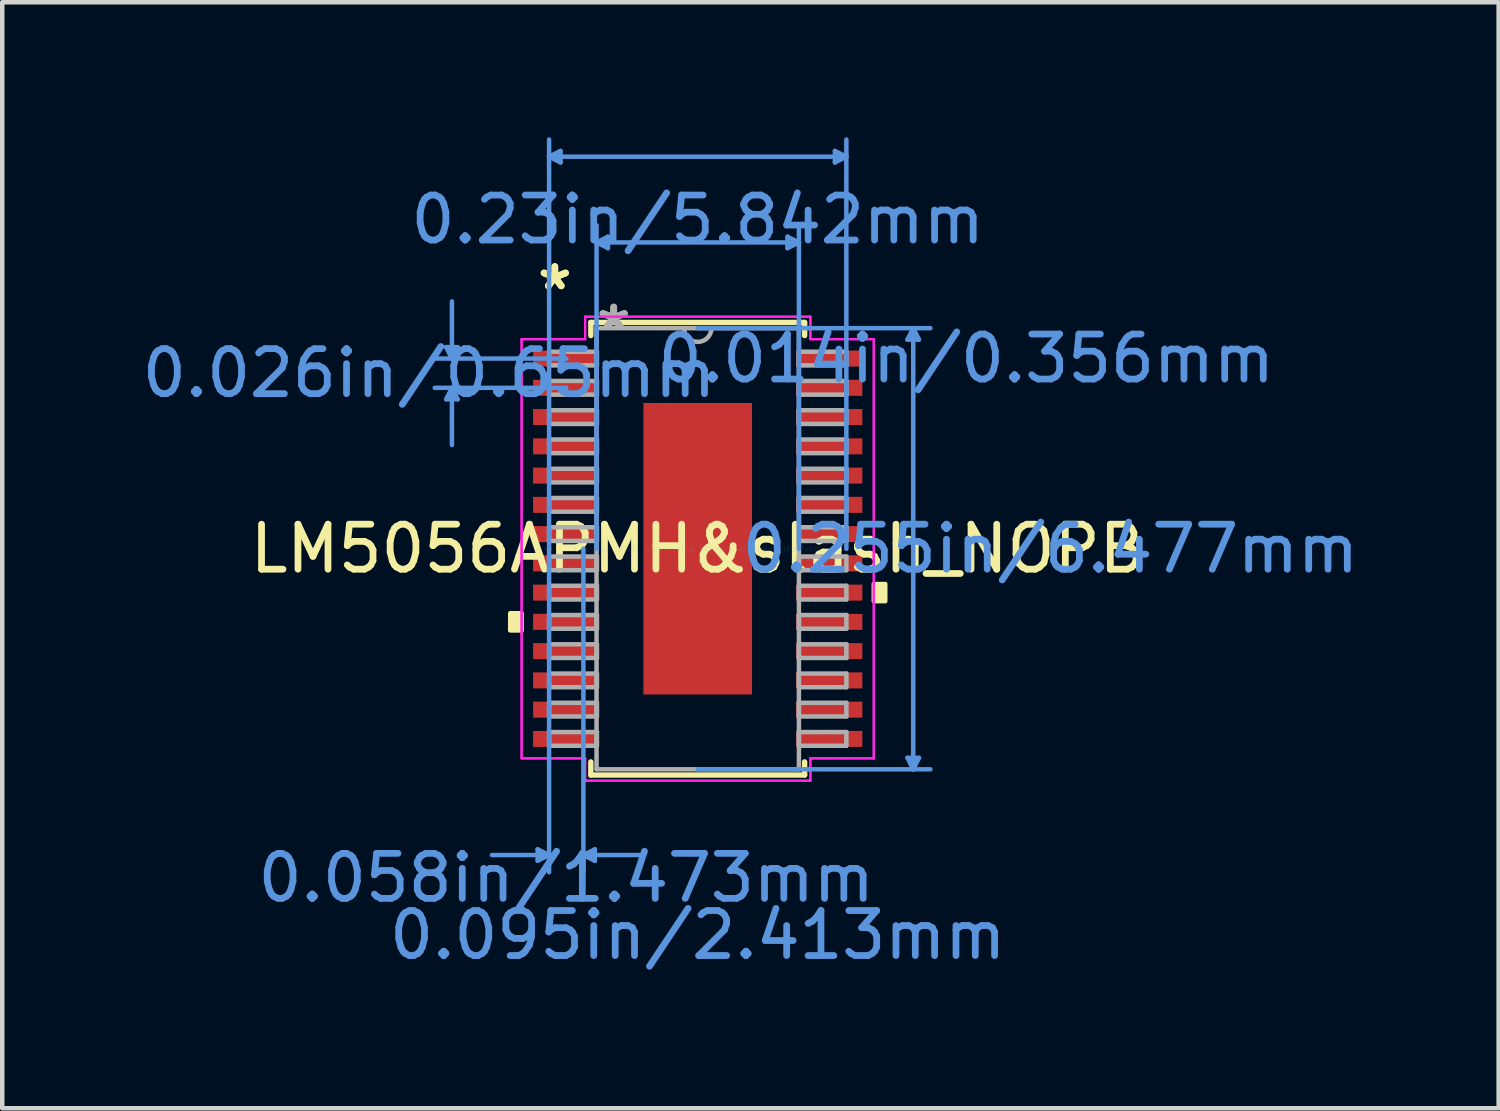
<source format=kicad_pcb>
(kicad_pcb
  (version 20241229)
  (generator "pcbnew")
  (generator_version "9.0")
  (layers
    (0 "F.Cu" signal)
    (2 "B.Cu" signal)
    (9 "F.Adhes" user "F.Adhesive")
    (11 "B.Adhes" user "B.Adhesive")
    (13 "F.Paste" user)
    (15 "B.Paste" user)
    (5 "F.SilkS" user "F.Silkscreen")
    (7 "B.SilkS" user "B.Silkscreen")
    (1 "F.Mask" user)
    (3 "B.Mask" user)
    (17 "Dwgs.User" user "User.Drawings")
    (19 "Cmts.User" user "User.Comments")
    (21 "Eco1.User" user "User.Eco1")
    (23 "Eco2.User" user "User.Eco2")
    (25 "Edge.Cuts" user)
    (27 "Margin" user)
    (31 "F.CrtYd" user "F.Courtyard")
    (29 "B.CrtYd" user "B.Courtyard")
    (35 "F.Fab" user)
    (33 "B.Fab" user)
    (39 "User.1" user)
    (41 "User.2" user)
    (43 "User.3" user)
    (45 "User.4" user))
  (footprint "LM5056APMH&slash_NOPB"
    (layer "F.Cu")
    (at 12.451 9.141)
    (property "Reference" "LM5056APMH&slash_NOPB" (at 0 0 0) (layer "F.SilkS") (effects (font (size 1 1) (thickness 0.15))))
    (attr through_hole)
    (fp_line (start -2.375 -5.027) (end -2.375 -4.736) (stroke (width 0.12) (type solid)) (layer "F.SilkS"))
    (fp_line (start -2.375 4.736) (end -2.375 5.027) (stroke (width 0.12) (type solid)) (layer "F.SilkS"))
    (fp_line (start -2.375 5.027) (end 2.375 5.027) (stroke (width 0.12) (type solid)) (layer "F.SilkS"))
    (fp_line (start 2.375 -5.027) (end -2.375 -5.027) (stroke (width 0.12) (type solid)) (layer "F.SilkS"))
    (fp_line (start 2.375 -4.736) (end 2.375 -5.027) (stroke (width 0.12) (type solid)) (layer "F.SilkS"))
    (fp_line (start 2.375 5.027) (end 2.375 4.736) (stroke (width 0.12) (type solid)) (layer "F.SilkS"))
    (fp_poly (pts (xy -4.166 1.434) (xy -4.166 1.815) (xy -3.912 1.815) (xy -3.912 1.434)) (stroke (width 0.1) (type solid)) (fill yes) (layer "F.SilkS"))
    (fp_poly (pts (xy 4.166 0.784) (xy 4.166 1.165) (xy 3.912 1.165) (xy 3.912 0.784)) (stroke (width 0.1) (type solid)) (fill yes) (layer "F.SilkS"))
    (fp_poly (pts (xy -1.107 -3.139) (xy -1.107 -2.043) (xy 1.107 -2.043) (xy 1.107 -3.139)) (stroke (width 0.1) (type solid)) (fill yes) (layer "F.Paste"))
    (fp_poly (pts (xy -1.107 -1.843) (xy -1.107 -0.748) (xy 1.107 -0.748) (xy 1.107 -1.843)) (stroke (width 0.1) (type solid)) (fill yes) (layer "F.Paste"))
    (fp_poly (pts (xy -1.107 -0.548) (xy -1.107 0.548) (xy 1.107 0.548) (xy 1.107 -0.548)) (stroke (width 0.1) (type solid)) (fill yes) (layer "F.Paste"))
    (fp_poly (pts (xy -1.107 0.748) (xy -1.107 1.843) (xy 1.107 1.843) (xy 1.107 0.748)) (stroke (width 0.1) (type solid)) (fill yes) (layer "F.Paste"))
    (fp_poly (pts (xy -1.107 2.043) (xy -1.107 3.139) (xy 1.107 3.139) (xy 1.107 2.043)) (stroke (width 0.1) (type solid)) (fill yes) (layer "F.Paste"))
    (fp_line (start -5.588 -4.479) (end -5.334 -4.479) (stroke (width 0.1) (type solid)) (layer "Cmts.User"))
    (fp_line (start -5.588 -3.321) (end -5.334 -3.321) (stroke (width 0.1) (type solid)) (layer "Cmts.User"))
    (fp_line (start -5.461 -4.225) (end -5.588 -4.479) (stroke (width 0.1) (type solid)) (layer "Cmts.User"))
    (fp_line (start -5.461 -4.225) (end -5.461 -5.495) (stroke (width 0.1) (type solid)) (layer "Cmts.User"))
    (fp_line (start -5.461 -4.225) (end -5.334 -4.479) (stroke (width 0.1) (type solid)) (layer "Cmts.User"))
    (fp_line (start -5.461 -3.575) (end -5.588 -3.321) (stroke (width 0.1) (type solid)) (layer "Cmts.User"))
    (fp_line (start -5.461 -3.575) (end -5.461 -2.305) (stroke (width 0.1) (type solid)) (layer "Cmts.User"))
    (fp_line (start -5.461 -3.575) (end -5.334 -3.321) (stroke (width 0.1) (type solid)) (layer "Cmts.User"))
    (fp_line (start -3.556 6.678) (end -3.556 6.932) (stroke (width 0.1) (type solid)) (layer "Cmts.User"))
    (fp_line (start -3.302 -8.71) (end -3.048 -8.837) (stroke (width 0.1) (type solid)) (layer "Cmts.User"))
    (fp_line (start -3.302 -8.71) (end -3.048 -8.583) (stroke (width 0.1) (type solid)) (layer "Cmts.User"))
    (fp_line (start -3.302 -8.71) (end 3.302 -8.71) (stroke (width 0.1) (type solid)) (layer "Cmts.User"))
    (fp_line (start -3.302 0) (end -3.302 -9.091) (stroke (width 0.1) (type solid)) (layer "Cmts.User"))
    (fp_line (start -3.302 0) (end -3.302 7.186) (stroke (width 0.1) (type solid)) (layer "Cmts.User"))
    (fp_line (start -3.302 6.805) (end -4.572 6.805) (stroke (width 0.1) (type solid)) (layer "Cmts.User"))
    (fp_line (start -3.302 6.805) (end -3.556 6.678) (stroke (width 0.1) (type solid)) (layer "Cmts.User"))
    (fp_line (start -3.302 6.805) (end -3.556 6.932) (stroke (width 0.1) (type solid)) (layer "Cmts.User"))
    (fp_line (start -3.048 -8.837) (end -3.048 -8.583) (stroke (width 0.1) (type solid)) (layer "Cmts.User"))
    (fp_line (start -2.921 -4.225) (end -5.842 -4.225) (stroke (width 0.1) (type solid)) (layer "Cmts.User"))
    (fp_line (start -2.921 -3.575) (end -5.842 -3.575) (stroke (width 0.1) (type solid)) (layer "Cmts.User"))
    (fp_line (start -2.54 0) (end -2.54 7.186) (stroke (width 0.1) (type solid)) (layer "Cmts.User"))
    (fp_line (start -2.54 6.805) (end -2.286 6.678) (stroke (width 0.1) (type solid)) (layer "Cmts.User"))
    (fp_line (start -2.54 6.805) (end -2.286 6.932) (stroke (width 0.1) (type solid)) (layer "Cmts.User"))
    (fp_line (start -2.54 6.805) (end -1.27 6.805) (stroke (width 0.1) (type solid)) (layer "Cmts.User"))
    (fp_line (start -2.286 6.678) (end -2.286 6.932) (stroke (width 0.1) (type solid)) (layer "Cmts.User"))
    (fp_line (start -2.248 -6.805) (end -1.994 -6.932) (stroke (width 0.1) (type solid)) (layer "Cmts.User"))
    (fp_line (start -2.248 -6.805) (end -1.994 -6.678) (stroke (width 0.1) (type solid)) (layer "Cmts.User"))
    (fp_line (start -2.248 -6.805) (end 2.248 -6.805) (stroke (width 0.1) (type solid)) (layer "Cmts.User"))
    (fp_line (start -2.248 0) (end -2.248 -7.186) (stroke (width 0.1) (type solid)) (layer "Cmts.User"))
    (fp_line (start -1.994 -6.932) (end -1.994 -6.678) (stroke (width 0.1) (type solid)) (layer "Cmts.User"))
    (fp_line (start 0 -4.9) (end 5.169 -4.9) (stroke (width 0.1) (type solid)) (layer "Cmts.User"))
    (fp_line (start 0 4.9) (end 5.169 4.9) (stroke (width 0.1) (type solid)) (layer "Cmts.User"))
    (fp_line (start 1.994 -6.932) (end 1.994 -6.678) (stroke (width 0.1) (type solid)) (layer "Cmts.User"))
    (fp_line (start 2.248 -6.805) (end 1.994 -6.932) (stroke (width 0.1) (type solid)) (layer "Cmts.User"))
    (fp_line (start 2.248 -6.805) (end 1.994 -6.678) (stroke (width 0.1) (type solid)) (layer "Cmts.User"))
    (fp_line (start 2.248 0) (end 2.248 -7.186) (stroke (width 0.1) (type solid)) (layer "Cmts.User"))
    (fp_line (start 3.048 -8.837) (end 3.048 -8.583) (stroke (width 0.1) (type solid)) (layer "Cmts.User"))
    (fp_line (start 3.302 -8.71) (end 3.048 -8.837) (stroke (width 0.1) (type solid)) (layer "Cmts.User"))
    (fp_line (start 3.302 -8.71) (end 3.048 -8.583) (stroke (width 0.1) (type solid)) (layer "Cmts.User"))
    (fp_line (start 3.302 0) (end 3.302 -9.091) (stroke (width 0.1) (type solid)) (layer "Cmts.User"))
    (fp_line (start 4.661 -4.646) (end 4.915 -4.646) (stroke (width 0.1) (type solid)) (layer "Cmts.User"))
    (fp_line (start 4.661 4.646) (end 4.915 4.646) (stroke (width 0.1) (type solid)) (layer "Cmts.User"))
    (fp_line (start 4.788 -4.9) (end 4.661 -4.646) (stroke (width 0.1) (type solid)) (layer "Cmts.User"))
    (fp_line (start 4.788 -4.9) (end 4.788 4.9) (stroke (width 0.1) (type solid)) (layer "Cmts.User"))
    (fp_line (start 4.788 -4.9) (end 4.915 -4.646) (stroke (width 0.1) (type solid)) (layer "Cmts.User"))
    (fp_line (start 4.788 4.9) (end 4.661 4.646) (stroke (width 0.1) (type solid)) (layer "Cmts.User"))
    (fp_line (start 4.788 4.9) (end 4.915 4.646) (stroke (width 0.1) (type solid)) (layer "Cmts.User"))
    (fp_line (start -3.912 -4.657) (end -2.502 -4.657) (stroke (width 0.05) (type solid)) (layer "F.CrtYd"))
    (fp_line (start -3.912 -4.657) (end -2.502 -4.657) (stroke (width 0.05) (type solid)) (layer "F.CrtYd"))
    (fp_line (start -3.912 4.657) (end -3.912 -4.657) (stroke (width 0.05) (type solid)) (layer "F.CrtYd"))
    (fp_line (start -3.912 4.657) (end -3.912 -4.657) (stroke (width 0.05) (type solid)) (layer "F.CrtYd"))
    (fp_line (start -3.912 4.657) (end -2.502 4.657) (stroke (width 0.05) (type solid)) (layer "F.CrtYd"))
    (fp_line (start -2.502 -5.154) (end 2.502 -5.154) (stroke (width 0.05) (type solid)) (layer "F.CrtYd"))
    (fp_line (start -2.502 -5.154) (end 2.502 -5.154) (stroke (width 0.05) (type solid)) (layer "F.CrtYd"))
    (fp_line (start -2.502 -4.657) (end -2.502 -5.154) (stroke (width 0.05) (type solid)) (layer "F.CrtYd"))
    (fp_line (start -2.502 -4.657) (end -2.502 -5.154) (stroke (width 0.05) (type solid)) (layer "F.CrtYd"))
    (fp_line (start -2.502 4.657) (end -3.912 4.657) (stroke (width 0.05) (type solid)) (layer "F.CrtYd"))
    (fp_line (start -2.502 5.154) (end -2.502 4.657) (stroke (width 0.05) (type solid)) (layer "F.CrtYd"))
    (fp_line (start -2.502 5.154) (end -2.502 4.657) (stroke (width 0.05) (type solid)) (layer "F.CrtYd"))
    (fp_line (start 2.502 -5.154) (end 2.502 -4.657) (stroke (width 0.05) (type solid)) (layer "F.CrtYd"))
    (fp_line (start 2.502 -5.154) (end 2.502 -4.657) (stroke (width 0.05) (type solid)) (layer "F.CrtYd"))
    (fp_line (start 2.502 -4.657) (end 3.912 -4.657) (stroke (width 0.05) (type solid)) (layer "F.CrtYd"))
    (fp_line (start 2.502 4.657) (end 2.502 5.154) (stroke (width 0.05) (type solid)) (layer "F.CrtYd"))
    (fp_line (start 2.502 4.657) (end 2.502 5.154) (stroke (width 0.05) (type solid)) (layer "F.CrtYd"))
    (fp_line (start 2.502 5.154) (end -2.502 5.154) (stroke (width 0.05) (type solid)) (layer "F.CrtYd"))
    (fp_line (start 2.502 5.154) (end -2.502 5.154) (stroke (width 0.05) (type solid)) (layer "F.CrtYd"))
    (fp_line (start 3.912 -4.657) (end 2.502 -4.657) (stroke (width 0.05) (type solid)) (layer "F.CrtYd"))
    (fp_line (start 3.912 -4.657) (end 3.912 4.657) (stroke (width 0.05) (type solid)) (layer "F.CrtYd"))
    (fp_line (start 3.912 -4.657) (end 3.912 4.657) (stroke (width 0.05) (type solid)) (layer "F.CrtYd"))
    (fp_line (start 3.912 4.657) (end 2.502 4.657) (stroke (width 0.05) (type solid)) (layer "F.CrtYd"))
    (fp_line (start 3.912 4.657) (end 2.502 4.657) (stroke (width 0.05) (type solid)) (layer "F.CrtYd"))
    (fp_line (start -3.302 -4.377) (end -3.302 -4.073) (stroke (width 0.1) (type solid)) (layer "F.Fab"))
    (fp_line (start -3.302 -4.073) (end -2.248 -4.073) (stroke (width 0.1) (type solid)) (layer "F.Fab"))
    (fp_line (start -3.302 -3.727) (end -3.302 -3.423) (stroke (width 0.1) (type solid)) (layer "F.Fab"))
    (fp_line (start -3.302 -3.423) (end -2.248 -3.423) (stroke (width 0.1) (type solid)) (layer "F.Fab"))
    (fp_line (start -3.302 -3.077) (end -3.302 -2.773) (stroke (width 0.1) (type solid)) (layer "F.Fab"))
    (fp_line (start -3.302 -2.773) (end -2.248 -2.773) (stroke (width 0.1) (type solid)) (layer "F.Fab"))
    (fp_line (start -3.302 -2.427) (end -3.302 -2.123) (stroke (width 0.1) (type solid)) (layer "F.Fab"))
    (fp_line (start -3.302 -2.123) (end -2.248 -2.123) (stroke (width 0.1) (type solid)) (layer "F.Fab"))
    (fp_line (start -3.302 -1.777) (end -3.302 -1.473) (stroke (width 0.1) (type solid)) (layer "F.Fab"))
    (fp_line (start -3.302 -1.473) (end -2.248 -1.473) (stroke (width 0.1) (type solid)) (layer "F.Fab"))
    (fp_line (start -3.302 -1.127) (end -3.302 -0.823) (stroke (width 0.1) (type solid)) (layer "F.Fab"))
    (fp_line (start -3.302 -0.823) (end -2.248 -0.823) (stroke (width 0.1) (type solid)) (layer "F.Fab"))
    (fp_line (start -3.302 -0.477) (end -3.302 -0.173) (stroke (width 0.1) (type solid)) (layer "F.Fab"))
    (fp_line (start -3.302 -0.173) (end -2.248 -0.173) (stroke (width 0.1) (type solid)) (layer "F.Fab"))
    (fp_line (start -3.302 0.173) (end -3.302 0.477) (stroke (width 0.1) (type solid)) (layer "F.Fab"))
    (fp_line (start -3.302 0.477) (end -2.248 0.477) (stroke (width 0.1) (type solid)) (layer "F.Fab"))
    (fp_line (start -3.302 0.823) (end -3.302 1.127) (stroke (width 0.1) (type solid)) (layer "F.Fab"))
    (fp_line (start -3.302 1.127) (end -2.248 1.127) (stroke (width 0.1) (type solid)) (layer "F.Fab"))
    (fp_line (start -3.302 1.473) (end -3.302 1.777) (stroke (width 0.1) (type solid)) (layer "F.Fab"))
    (fp_line (start -3.302 1.777) (end -2.248 1.777) (stroke (width 0.1) (type solid)) (layer "F.Fab"))
    (fp_line (start -3.302 2.123) (end -3.302 2.427) (stroke (width 0.1) (type solid)) (layer "F.Fab"))
    (fp_line (start -3.302 2.427) (end -2.248 2.427) (stroke (width 0.1) (type solid)) (layer "F.Fab"))
    (fp_line (start -3.302 2.773) (end -3.302 3.077) (stroke (width 0.1) (type solid)) (layer "F.Fab"))
    (fp_line (start -3.302 3.077) (end -2.248 3.077) (stroke (width 0.1) (type solid)) (layer "F.Fab"))
    (fp_line (start -3.302 3.423) (end -3.302 3.727) (stroke (width 0.1) (type solid)) (layer "F.Fab"))
    (fp_line (start -3.302 3.727) (end -2.248 3.727) (stroke (width 0.1) (type solid)) (layer "F.Fab"))
    (fp_line (start -3.302 4.073) (end -3.302 4.377) (stroke (width 0.1) (type solid)) (layer "F.Fab"))
    (fp_line (start -3.302 4.377) (end -2.248 4.377) (stroke (width 0.1) (type solid)) (layer "F.Fab"))
    (fp_line (start -2.248 -4.9) (end -2.248 4.9) (stroke (width 0.1) (type solid)) (layer "F.Fab"))
    (fp_line (start -2.248 -4.377) (end -3.302 -4.377) (stroke (width 0.1) (type solid)) (layer "F.Fab"))
    (fp_line (start -2.248 -4.073) (end -2.248 -4.377) (stroke (width 0.1) (type solid)) (layer "F.Fab"))
    (fp_line (start -2.248 -3.727) (end -3.302 -3.727) (stroke (width 0.1) (type solid)) (layer "F.Fab"))
    (fp_line (start -2.248 -3.423) (end -2.248 -3.727) (stroke (width 0.1) (type solid)) (layer "F.Fab"))
    (fp_line (start -2.248 -3.077) (end -3.302 -3.077) (stroke (width 0.1) (type solid)) (layer "F.Fab"))
    (fp_line (start -2.248 -2.773) (end -2.248 -3.077) (stroke (width 0.1) (type solid)) (layer "F.Fab"))
    (fp_line (start -2.248 -2.427) (end -3.302 -2.427) (stroke (width 0.1) (type solid)) (layer "F.Fab"))
    (fp_line (start -2.248 -2.123) (end -2.248 -2.427) (stroke (width 0.1) (type solid)) (layer "F.Fab"))
    (fp_line (start -2.248 -1.777) (end -3.302 -1.777) (stroke (width 0.1) (type solid)) (layer "F.Fab"))
    (fp_line (start -2.248 -1.473) (end -2.248 -1.777) (stroke (width 0.1) (type solid)) (layer "F.Fab"))
    (fp_line (start -2.248 -1.127) (end -3.302 -1.127) (stroke (width 0.1) (type solid)) (layer "F.Fab"))
    (fp_line (start -2.248 -0.823) (end -2.248 -1.127) (stroke (width 0.1) (type solid)) (layer "F.Fab"))
    (fp_line (start -2.248 -0.477) (end -3.302 -0.477) (stroke (width 0.1) (type solid)) (layer "F.Fab"))
    (fp_line (start -2.248 -0.173) (end -2.248 -0.477) (stroke (width 0.1) (type solid)) (layer "F.Fab"))
    (fp_line (start -2.248 0.173) (end -3.302 0.173) (stroke (width 0.1) (type solid)) (layer "F.Fab"))
    (fp_line (start -2.248 0.477) (end -2.248 0.173) (stroke (width 0.1) (type solid)) (layer "F.Fab"))
    (fp_line (start -2.248 0.823) (end -3.302 0.823) (stroke (width 0.1) (type solid)) (layer "F.Fab"))
    (fp_line (start -2.248 1.127) (end -2.248 0.823) (stroke (width 0.1) (type solid)) (layer "F.Fab"))
    (fp_line (start -2.248 1.473) (end -3.302 1.473) (stroke (width 0.1) (type solid)) (layer "F.Fab"))
    (fp_line (start -2.248 1.777) (end -2.248 1.473) (stroke (width 0.1) (type solid)) (layer "F.Fab"))
    (fp_line (start -2.248 2.123) (end -3.302 2.123) (stroke (width 0.1) (type solid)) (layer "F.Fab"))
    (fp_line (start -2.248 2.427) (end -2.248 2.123) (stroke (width 0.1) (type solid)) (layer "F.Fab"))
    (fp_line (start -2.248 2.773) (end -3.302 2.773) (stroke (width 0.1) (type solid)) (layer "F.Fab"))
    (fp_line (start -2.248 3.077) (end -2.248 2.773) (stroke (width 0.1) (type solid)) (layer "F.Fab"))
    (fp_line (start -2.248 3.423) (end -3.302 3.423) (stroke (width 0.1) (type solid)) (layer "F.Fab"))
    (fp_line (start -2.248 3.727) (end -2.248 3.423) (stroke (width 0.1) (type solid)) (layer "F.Fab"))
    (fp_line (start -2.248 4.073) (end -3.302 4.073) (stroke (width 0.1) (type solid)) (layer "F.Fab"))
    (fp_line (start -2.248 4.377) (end -2.248 4.073) (stroke (width 0.1) (type solid)) (layer "F.Fab"))
    (fp_line (start -2.248 4.9) (end 2.248 4.9) (stroke (width 0.1) (type solid)) (layer "F.Fab"))
    (fp_line (start 2.248 -4.9) (end -2.248 -4.9) (stroke (width 0.1) (type solid)) (layer "F.Fab"))
    (fp_line (start 2.248 -4.377) (end 2.248 -4.073) (stroke (width 0.1) (type solid)) (layer "F.Fab"))
    (fp_line (start 2.248 -4.073) (end 3.302 -4.073) (stroke (width 0.1) (type solid)) (layer "F.Fab"))
    (fp_line (start 2.248 -3.727) (end 2.248 -3.423) (stroke (width 0.1) (type solid)) (layer "F.Fab"))
    (fp_line (start 2.248 -3.423) (end 3.302 -3.423) (stroke (width 0.1) (type solid)) (layer "F.Fab"))
    (fp_line (start 2.248 -3.077) (end 2.248 -2.773) (stroke (width 0.1) (type solid)) (layer "F.Fab"))
    (fp_line (start 2.248 -2.773) (end 3.302 -2.773) (stroke (width 0.1) (type solid)) (layer "F.Fab"))
    (fp_line (start 2.248 -2.427) (end 2.248 -2.123) (stroke (width 0.1) (type solid)) (layer "F.Fab"))
    (fp_line (start 2.248 -2.123) (end 3.302 -2.123) (stroke (width 0.1) (type solid)) (layer "F.Fab"))
    (fp_line (start 2.248 -1.777) (end 2.248 -1.473) (stroke (width 0.1) (type solid)) (layer "F.Fab"))
    (fp_line (start 2.248 -1.473) (end 3.302 -1.473) (stroke (width 0.1) (type solid)) (layer "F.Fab"))
    (fp_line (start 2.248 -1.127) (end 2.248 -0.823) (stroke (width 0.1) (type solid)) (layer "F.Fab"))
    (fp_line (start 2.248 -0.823) (end 3.302 -0.823) (stroke (width 0.1) (type solid)) (layer "F.Fab"))
    (fp_line (start 2.248 -0.477) (end 2.248 -0.173) (stroke (width 0.1) (type solid)) (layer "F.Fab"))
    (fp_line (start 2.248 -0.173) (end 3.302 -0.173) (stroke (width 0.1) (type solid)) (layer "F.Fab"))
    (fp_line (start 2.248 0.173) (end 2.248 0.477) (stroke (width 0.1) (type solid)) (layer "F.Fab"))
    (fp_line (start 2.248 0.477) (end 3.302 0.477) (stroke (width 0.1) (type solid)) (layer "F.Fab"))
    (fp_line (start 2.248 0.823) (end 2.248 1.127) (stroke (width 0.1) (type solid)) (layer "F.Fab"))
    (fp_line (start 2.248 1.127) (end 3.302 1.127) (stroke (width 0.1) (type solid)) (layer "F.Fab"))
    (fp_line (start 2.248 1.473) (end 2.248 1.777) (stroke (width 0.1) (type solid)) (layer "F.Fab"))
    (fp_line (start 2.248 1.777) (end 3.302 1.777) (stroke (width 0.1) (type solid)) (layer "F.Fab"))
    (fp_line (start 2.248 2.123) (end 2.248 2.427) (stroke (width 0.1) (type solid)) (layer "F.Fab"))
    (fp_line (start 2.248 2.427) (end 3.302 2.427) (stroke (width 0.1) (type solid)) (layer "F.Fab"))
    (fp_line (start 2.248 2.773) (end 2.248 3.077) (stroke (width 0.1) (type solid)) (layer "F.Fab"))
    (fp_line (start 2.248 3.077) (end 3.302 3.077) (stroke (width 0.1) (type solid)) (layer "F.Fab"))
    (fp_line (start 2.248 3.423) (end 2.248 3.727) (stroke (width 0.1) (type solid)) (layer "F.Fab"))
    (fp_line (start 2.248 3.727) (end 3.302 3.727) (stroke (width 0.1) (type solid)) (layer "F.Fab"))
    (fp_line (start 2.248 4.073) (end 2.248 4.377) (stroke (width 0.1) (type solid)) (layer "F.Fab"))
    (fp_line (start 2.248 4.377) (end 3.302 4.377) (stroke (width 0.1) (type solid)) (layer "F.Fab"))
    (fp_line (start 2.248 4.9) (end 2.248 -4.9) (stroke (width 0.1) (type solid)) (layer "F.Fab"))
    (fp_line (start 3.302 -4.377) (end 2.248 -4.377) (stroke (width 0.1) (type solid)) (layer "F.Fab"))
    (fp_line (start 3.302 -4.073) (end 3.302 -4.377) (stroke (width 0.1) (type solid)) (layer "F.Fab"))
    (fp_line (start 3.302 -3.727) (end 2.248 -3.727) (stroke (width 0.1) (type solid)) (layer "F.Fab"))
    (fp_line (start 3.302 -3.423) (end 3.302 -3.727) (stroke (width 0.1) (type solid)) (layer "F.Fab"))
    (fp_line (start 3.302 -3.077) (end 2.248 -3.077) (stroke (width 0.1) (type solid)) (layer "F.Fab"))
    (fp_line (start 3.302 -2.773) (end 3.302 -3.077) (stroke (width 0.1) (type solid)) (layer "F.Fab"))
    (fp_line (start 3.302 -2.427) (end 2.248 -2.427) (stroke (width 0.1) (type solid)) (layer "F.Fab"))
    (fp_line (start 3.302 -2.123) (end 3.302 -2.427) (stroke (width 0.1) (type solid)) (layer "F.Fab"))
    (fp_line (start 3.302 -1.777) (end 2.248 -1.777) (stroke (width 0.1) (type solid)) (layer "F.Fab"))
    (fp_line (start 3.302 -1.473) (end 3.302 -1.777) (stroke (width 0.1) (type solid)) (layer "F.Fab"))
    (fp_line (start 3.302 -1.127) (end 2.248 -1.127) (stroke (width 0.1) (type solid)) (layer "F.Fab"))
    (fp_line (start 3.302 -0.823) (end 3.302 -1.127) (stroke (width 0.1) (type solid)) (layer "F.Fab"))
    (fp_line (start 3.302 -0.477) (end 2.248 -0.477) (stroke (width 0.1) (type solid)) (layer "F.Fab"))
    (fp_line (start 3.302 -0.173) (end 3.302 -0.477) (stroke (width 0.1) (type solid)) (layer "F.Fab"))
    (fp_line (start 3.302 0.173) (end 2.248 0.173) (stroke (width 0.1) (type solid)) (layer "F.Fab"))
    (fp_line (start 3.302 0.477) (end 3.302 0.173) (stroke (width 0.1) (type solid)) (layer "F.Fab"))
    (fp_line (start 3.302 0.823) (end 2.248 0.823) (stroke (width 0.1) (type solid)) (layer "F.Fab"))
    (fp_line (start 3.302 1.127) (end 3.302 0.823) (stroke (width 0.1) (type solid)) (layer "F.Fab"))
    (fp_line (start 3.302 1.473) (end 2.248 1.473) (stroke (width 0.1) (type solid)) (layer "F.Fab"))
    (fp_line (start 3.302 1.777) (end 3.302 1.473) (stroke (width 0.1) (type solid)) (layer "F.Fab"))
    (fp_line (start 3.302 2.123) (end 2.248 2.123) (stroke (width 0.1) (type solid)) (layer "F.Fab"))
    (fp_line (start 3.302 2.427) (end 3.302 2.123) (stroke (width 0.1) (type solid)) (layer "F.Fab"))
    (fp_line (start 3.302 2.773) (end 2.248 2.773) (stroke (width 0.1) (type solid)) (layer "F.Fab"))
    (fp_line (start 3.302 3.077) (end 3.302 2.773) (stroke (width 0.1) (type solid)) (layer "F.Fab"))
    (fp_line (start 3.302 3.423) (end 2.248 3.423) (stroke (width 0.1) (type solid)) (layer "F.Fab"))
    (fp_line (start 3.302 3.727) (end 3.302 3.423) (stroke (width 0.1) (type solid)) (layer "F.Fab"))
    (fp_line (start 3.302 4.073) (end 2.248 4.073) (stroke (width 0.1) (type solid)) (layer "F.Fab"))
    (fp_line (start 3.302 4.377) (end 3.302 4.073) (stroke (width 0.1) (type solid)) (layer "F.Fab"))
    (fp_arc (start 0.3048 -4.900002) (mid 0.000001 -4.595201) (end -0.3048 -4.9) (stroke (width 0.1) (type solid)) (layer "F.Fab"))
    (fp_text user "*" (at -3.175 -5.724 0) (layer "F.SilkS") (effects (font (size 1 1) (thickness 0.15))))
    (fp_text user "*" (at -3.175 -5.724 0) (layer "F.SilkS") (effects (font (size 1 1) (thickness 0.15))))
    (fp_text user "0.058in/1.473mm" (at -2.921 7.313 0) (layer "Cmts.User") (effects (font (size 1 1) (thickness 0.15))))
    (fp_text user "Copyright 2021 Accelerated Designs. All rights reserved." (at 0 0 0) (layer "Cmts.User") (effects (font (size 0.127 0.127) (thickness 0.002))))
    (fp_text user "0.014in/0.356mm" (at 5.969 -4.225 0) (layer "Cmts.User") (effects (font (size 1 1) (thickness 0.15))))
    (fp_text user "0.23in/5.842mm" (at 0 -7.313 0) (layer "Cmts.User") (effects (font (size 1 1) (thickness 0.15))))
    (fp_text user "0.026in/0.65mm" (at -5.969 -3.9 0) (layer "Cmts.User") (effects (font (size 1 1) (thickness 0.15))))
    (fp_text user "0.095in/2.413mm" (at 0 8.583 0) (layer "Cmts.User") (effects (font (size 1 1) (thickness 0.15))))
    (fp_text user "0.255in/6.477mm" (at 7.836 0 0) (layer "Cmts.User") (effects (font (size 1 1) (thickness 0.15))))
    (fp_text user "*" (at -1.867 -4.824 0) (layer "F.Fab") (effects (font (size 1 1) (thickness 0.15))))
    (fp_text user "*" (at -1.867 -4.824 0) (layer "F.Fab") (effects (font (size 1 1) (thickness 0.15))))
    (pad "1" smd rect (at -2.921 -4.225) (size 1.473 0.356) (layers "F.Cu" "F.Mask" "F.Paste"))
    (pad "2" smd rect (at -2.921 -3.575) (size 1.473 0.356) (layers "F.Cu" "F.Mask" "F.Paste"))
    (pad "3" smd rect (at -2.921 -2.925) (size 1.473 0.356) (layers "F.Cu" "F.Mask" "F.Paste"))
    (pad "4" smd rect (at -2.921 -2.275) (size 1.473 0.356) (layers "F.Cu" "F.Mask" "F.Paste"))
    (pad "5" smd rect (at -2.921 -1.625) (size 1.473 0.356) (layers "F.Cu" "F.Mask" "F.Paste"))
    (pad "6" smd rect (at -2.921 -0.975) (size 1.473 0.356) (layers "F.Cu" "F.Mask" "F.Paste"))
    (pad "7" smd rect (at -2.921 -0.325) (size 1.473 0.356) (layers "F.Cu" "F.Mask" "F.Paste"))
    (pad "8" smd rect (at -2.921 0.325) (size 1.473 0.356) (layers "F.Cu" "F.Mask" "F.Paste"))
    (pad "9" smd rect (at -2.921 0.975) (size 1.473 0.356) (layers "F.Cu" "F.Mask" "F.Paste"))
    (pad "10" smd rect (at -2.921 1.625) (size 1.473 0.356) (layers "F.Cu" "F.Mask" "F.Paste"))
    (pad "11" smd rect (at -2.921 2.275) (size 1.473 0.356) (layers "F.Cu" "F.Mask" "F.Paste"))
    (pad "12" smd rect (at -2.921 2.925) (size 1.473 0.356) (layers "F.Cu" "F.Mask" "F.Paste"))
    (pad "13" smd rect (at -2.921 3.575) (size 1.473 0.356) (layers "F.Cu" "F.Mask" "F.Paste"))
    (pad "14" smd rect (at -2.921 4.225) (size 1.473 0.356) (layers "F.Cu" "F.Mask" "F.Paste"))
    (pad "15" smd rect (at 2.921 4.225) (size 1.473 0.356) (layers "F.Cu" "F.Mask" "F.Paste"))
    (pad "16" smd rect (at 2.921 3.575) (size 1.473 0.356) (layers "F.Cu" "F.Mask" "F.Paste"))
    (pad "17" smd rect (at 2.921 2.925) (size 1.473 0.356) (layers "F.Cu" "F.Mask" "F.Paste"))
    (pad "18" smd rect (at 2.921 2.275) (size 1.473 0.356) (layers "F.Cu" "F.Mask" "F.Paste"))
    (pad "19" smd rect (at 2.921 1.625) (size 1.473 0.356) (layers "F.Cu" "F.Mask" "F.Paste"))
    (pad "20" smd rect (at 2.921 0.975) (size 1.473 0.356) (layers "F.Cu" "F.Mask" "F.Paste"))
    (pad "21" smd rect (at 2.921 0.325) (size 1.473 0.356) (layers "F.Cu" "F.Mask" "F.Paste"))
    (pad "22" smd rect (at 2.921 -0.325) (size 1.473 0.356) (layers "F.Cu" "F.Mask" "F.Paste"))
    (pad "23" smd rect (at 2.921 -0.975) (size 1.473 0.356) (layers "F.Cu" "F.Mask" "F.Paste"))
    (pad "24" smd rect (at 2.921 -1.625) (size 1.473 0.356) (layers "F.Cu" "F.Mask" "F.Paste"))
    (pad "25" smd rect (at 2.921 -2.275) (size 1.473 0.356) (layers "F.Cu" "F.Mask" "F.Paste"))
    (pad "26" smd rect (at 2.921 -2.925) (size 1.473 0.356) (layers "F.Cu" "F.Mask" "F.Paste"))
    (pad "27" smd rect (at 2.921 -3.575) (size 1.473 0.356) (layers "F.Cu" "F.Mask" "F.Paste"))
    (pad "28" smd rect (at 2.921 -4.225) (size 1.473 0.356) (layers "F.Cu" "F.Mask" "F.Paste"))
    (pad "EPAD" smd rect (at 0 0) (size 2.413 6.477) (layers "F.Cu" "F.Mask")))
  (gr_rect
    (start -3 -3)
    (end 30.245 21.572)
    (stroke (width 0.1) (type default))
    (fill no)
    (layer "Edge.Cuts")))
</source>
